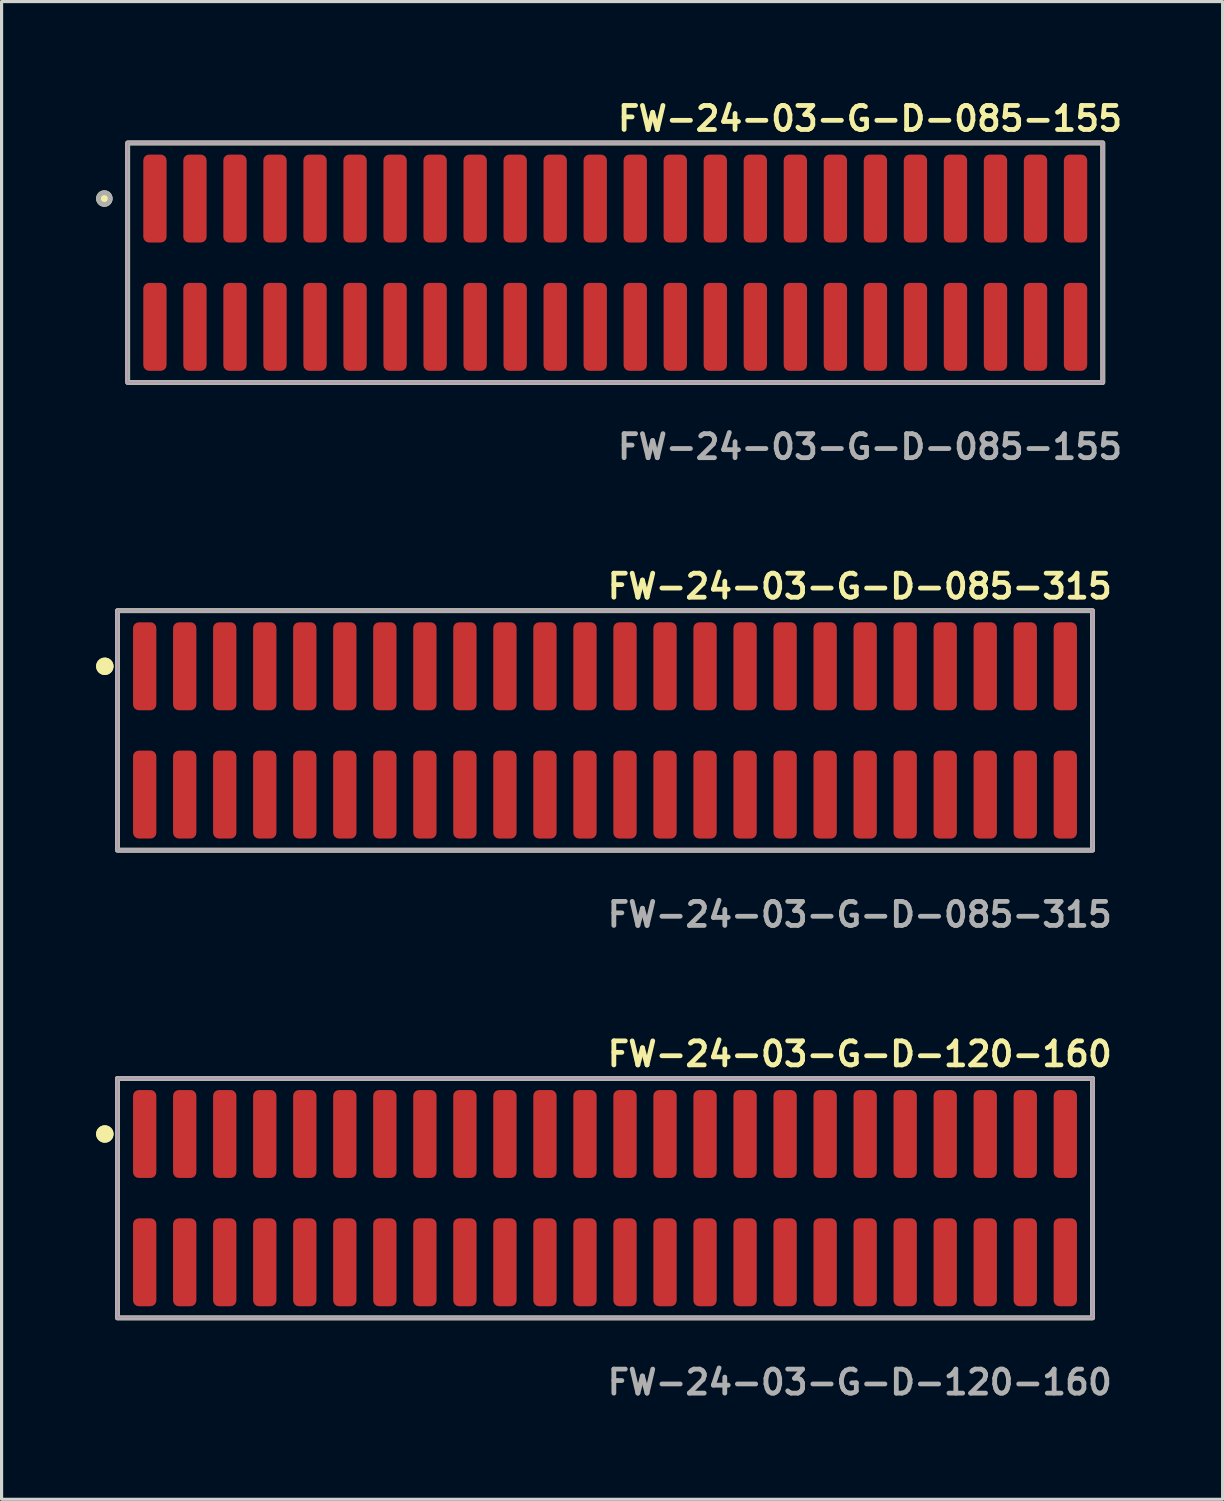
<source format=kicad_pcb>
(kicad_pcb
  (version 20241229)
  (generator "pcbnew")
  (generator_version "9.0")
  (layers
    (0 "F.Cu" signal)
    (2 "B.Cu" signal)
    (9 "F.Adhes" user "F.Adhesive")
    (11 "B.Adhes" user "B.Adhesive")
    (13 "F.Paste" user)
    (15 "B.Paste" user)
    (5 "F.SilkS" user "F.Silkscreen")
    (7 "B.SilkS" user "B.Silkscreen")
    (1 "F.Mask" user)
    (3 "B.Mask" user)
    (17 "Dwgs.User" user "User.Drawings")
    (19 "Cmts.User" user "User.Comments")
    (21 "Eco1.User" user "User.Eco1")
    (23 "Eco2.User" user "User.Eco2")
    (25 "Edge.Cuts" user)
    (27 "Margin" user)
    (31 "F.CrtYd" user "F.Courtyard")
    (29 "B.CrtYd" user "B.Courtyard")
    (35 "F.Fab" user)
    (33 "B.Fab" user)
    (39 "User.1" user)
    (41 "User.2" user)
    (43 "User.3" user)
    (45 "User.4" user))
  (footprint "FW-24-03-G-D-085-155"
    (layer "F.Cu")
    (at 16.471 5.285)
    (property "Reference" "FW-24-03-G-D-085-155" (at 0 -4.572 0) (unlocked yes) (layer "F.SilkS") (effects (font (size 0.762 0.762) (thickness 0.152)) (justify left)))
    (fp_rect (start -15.47 3.8) (end 15.47 -3.8) (stroke (width 0.152) (type solid)) (fill no) (layer "F.SilkS"))
    (fp_circle (center -16.21 -2.035) (end -16.395 -2.035) (stroke (width 0.152) (type solid)) (fill yes) (layer "F.SilkS"))
    (fp_rect (start -15.47 3.8) (end 15.47 -3.8) (stroke (width 0.006) (type solid)) (fill no) (layer "F.CrtYd"))
    (fp_rect (start -15.47 3.8) (end 15.47 -3.8) (stroke (width 0.152) (type solid)) (fill no) (layer "F.Fab"))
    (fp_circle (center -16.21 -2.035) (end -16.395 -2.035) (stroke (width 0.152) (type solid)) (fill no) (layer "F.Fab"))
    (fp_text user "${REFERENCE}" (at 0 5.842 0) (unlocked yes) (layer "F.Fab") (effects (font (size 0.762 0.762) (thickness 0.152)) (justify left)))
    (pad "1" smd roundrect (at -14.605 -2.035) (size 0.74 2.79) (layers "F.Cu" "F.Paste") (roundrect_rratio 0.25))
    (pad "2" smd roundrect (at -14.605 2.035) (size 0.74 2.79) (layers "F.Cu" "F.Paste") (roundrect_rratio 0.25))
    (pad "3" smd roundrect (at -13.335 -2.035) (size 0.74 2.79) (layers "F.Cu" "F.Paste") (roundrect_rratio 0.25))
    (pad "4" smd roundrect (at -13.335 2.035) (size 0.74 2.79) (layers "F.Cu" "F.Paste") (roundrect_rratio 0.25))
    (pad "5" smd roundrect (at -12.065 -2.035) (size 0.74 2.79) (layers "F.Cu" "F.Paste") (roundrect_rratio 0.25))
    (pad "6" smd roundrect (at -12.065 2.035) (size 0.74 2.79) (layers "F.Cu" "F.Paste") (roundrect_rratio 0.25))
    (pad "7" smd roundrect (at -10.795 -2.035) (size 0.74 2.79) (layers "F.Cu" "F.Paste") (roundrect_rratio 0.25))
    (pad "8" smd roundrect (at -10.795 2.035) (size 0.74 2.79) (layers "F.Cu" "F.Paste") (roundrect_rratio 0.25))
    (pad "9" smd roundrect (at -9.525 -2.035) (size 0.74 2.79) (layers "F.Cu" "F.Paste") (roundrect_rratio 0.25))
    (pad "10" smd roundrect (at -9.525 2.035) (size 0.74 2.79) (layers "F.Cu" "F.Paste") (roundrect_rratio 0.25))
    (pad "11" smd roundrect (at -8.255 -2.035) (size 0.74 2.79) (layers "F.Cu" "F.Paste") (roundrect_rratio 0.25))
    (pad "12" smd roundrect (at -8.255 2.035) (size 0.74 2.79) (layers "F.Cu" "F.Paste") (roundrect_rratio 0.25))
    (pad "13" smd roundrect (at -6.985 -2.035) (size 0.74 2.79) (layers "F.Cu" "F.Paste") (roundrect_rratio 0.25))
    (pad "14" smd roundrect (at -6.985 2.035) (size 0.74 2.79) (layers "F.Cu" "F.Paste") (roundrect_rratio 0.25))
    (pad "15" smd roundrect (at -5.715 -2.035) (size 0.74 2.79) (layers "F.Cu" "F.Paste") (roundrect_rratio 0.25))
    (pad "16" smd roundrect (at -5.715 2.035) (size 0.74 2.79) (layers "F.Cu" "F.Paste") (roundrect_rratio 0.25))
    (pad "17" smd roundrect (at -4.445 -2.035) (size 0.74 2.79) (layers "F.Cu" "F.Paste") (roundrect_rratio 0.25))
    (pad "18" smd roundrect (at -4.445 2.035) (size 0.74 2.79) (layers "F.Cu" "F.Paste") (roundrect_rratio 0.25))
    (pad "19" smd roundrect (at -3.175 -2.035) (size 0.74 2.79) (layers "F.Cu" "F.Paste") (roundrect_rratio 0.25))
    (pad "20" smd roundrect (at -3.175 2.035) (size 0.74 2.79) (layers "F.Cu" "F.Paste") (roundrect_rratio 0.25))
    (pad "21" smd roundrect (at -1.905 -2.035) (size 0.74 2.79) (layers "F.Cu" "F.Paste") (roundrect_rratio 0.25))
    (pad "22" smd roundrect (at -1.905 2.035) (size 0.74 2.79) (layers "F.Cu" "F.Paste") (roundrect_rratio 0.25))
    (pad "23" smd roundrect (at -0.635 -2.035) (size 0.74 2.79) (layers "F.Cu" "F.Paste") (roundrect_rratio 0.25))
    (pad "24" smd roundrect (at -0.635 2.035) (size 0.74 2.79) (layers "F.Cu" "F.Paste") (roundrect_rratio 0.25))
    (pad "25" smd roundrect (at 0.635 -2.035) (size 0.74 2.79) (layers "F.Cu" "F.Paste") (roundrect_rratio 0.25))
    (pad "26" smd roundrect (at 0.635 2.035) (size 0.74 2.79) (layers "F.Cu" "F.Paste") (roundrect_rratio 0.25))
    (pad "27" smd roundrect (at 1.905 -2.035) (size 0.74 2.79) (layers "F.Cu" "F.Paste") (roundrect_rratio 0.25))
    (pad "28" smd roundrect (at 1.905 2.035) (size 0.74 2.79) (layers "F.Cu" "F.Paste") (roundrect_rratio 0.25))
    (pad "29" smd roundrect (at 3.175 -2.035) (size 0.74 2.79) (layers "F.Cu" "F.Paste") (roundrect_rratio 0.25))
    (pad "30" smd roundrect (at 3.175 2.035) (size 0.74 2.79) (layers "F.Cu" "F.Paste") (roundrect_rratio 0.25))
    (pad "31" smd roundrect (at 4.445 -2.035) (size 0.74 2.79) (layers "F.Cu" "F.Paste") (roundrect_rratio 0.25))
    (pad "32" smd roundrect (at 4.445 2.035) (size 0.74 2.79) (layers "F.Cu" "F.Paste") (roundrect_rratio 0.25))
    (pad "33" smd roundrect (at 5.715 -2.035) (size 0.74 2.79) (layers "F.Cu" "F.Paste") (roundrect_rratio 0.25))
    (pad "34" smd roundrect (at 5.715 2.035) (size 0.74 2.79) (layers "F.Cu" "F.Paste") (roundrect_rratio 0.25))
    (pad "35" smd roundrect (at 6.985 -2.035) (size 0.74 2.79) (layers "F.Cu" "F.Paste") (roundrect_rratio 0.25))
    (pad "36" smd roundrect (at 6.985 2.035) (size 0.74 2.79) (layers "F.Cu" "F.Paste") (roundrect_rratio 0.25))
    (pad "37" smd roundrect (at 8.255 -2.035) (size 0.74 2.79) (layers "F.Cu" "F.Paste") (roundrect_rratio 0.25))
    (pad "38" smd roundrect (at 8.255 2.035) (size 0.74 2.79) (layers "F.Cu" "F.Paste") (roundrect_rratio 0.25))
    (pad "39" smd roundrect (at 9.525 -2.035) (size 0.74 2.79) (layers "F.Cu" "F.Paste") (roundrect_rratio 0.25))
    (pad "40" smd roundrect (at 9.525 2.035) (size 0.74 2.79) (layers "F.Cu" "F.Paste") (roundrect_rratio 0.25))
    (pad "41" smd roundrect (at 10.795 -2.035) (size 0.74 2.79) (layers "F.Cu" "F.Paste") (roundrect_rratio 0.25))
    (pad "42" smd roundrect (at 10.795 2.035) (size 0.74 2.79) (layers "F.Cu" "F.Paste") (roundrect_rratio 0.25))
    (pad "43" smd roundrect (at 12.065 -2.035) (size 0.74 2.79) (layers "F.Cu" "F.Paste") (roundrect_rratio 0.25))
    (pad "44" smd roundrect (at 12.065 2.035) (size 0.74 2.79) (layers "F.Cu" "F.Paste") (roundrect_rratio 0.25))
    (pad "45" smd roundrect (at 13.335 -2.035) (size 0.74 2.79) (layers "F.Cu" "F.Paste") (roundrect_rratio 0.25))
    (pad "46" smd roundrect (at 13.335 2.035) (size 0.74 2.79) (layers "F.Cu" "F.Paste") (roundrect_rratio 0.25))
    (pad "47" smd roundrect (at 14.605 -2.035) (size 0.74 2.79) (layers "F.Cu" "F.Paste") (roundrect_rratio 0.25))
    (pad "48" smd roundrect (at 14.605 2.035) (size 0.74 2.79) (layers "F.Cu" "F.Paste") (roundrect_rratio 0.25)))
  (footprint "FW-24-03-G-D-120-160"
    (layer "F.Cu")
    (at 16.146 34.966)
    (property "Reference" "FW-24-03-G-D-120-160" (at 0 -4.572 0) (unlocked yes) (layer "F.SilkS") (effects (font (size 0.762 0.762) (thickness 0.152)) (justify left)))
    (fp_rect (start -15.47 3.8) (end 15.47 -3.8) (stroke (width 0.152) (type solid)) (fill no) (layer "F.SilkS"))
    (fp_circle (center -15.87 -2.035) (end -16.07 -2.035) (stroke (width 0.152) (type solid)) (fill yes) (layer "F.SilkS"))
    (fp_circle (center -15.87 -2.035) (end -16.07 -2.035) (stroke (width 0.152) (type solid)) (fill yes) (layer "F.SilkS"))
    (fp_rect (start -15.47 3.8) (end 15.47 -3.8) (stroke (width 0.006) (type solid)) (fill no) (layer "F.CrtYd"))
    (fp_rect (start -15.47 3.8) (end 15.47 -3.8) (stroke (width 0.152) (type solid)) (fill no) (layer "F.Fab"))
    (fp_text user "${REFERENCE}" (at 0 5.842 0) (unlocked yes) (layer "F.Fab") (effects (font (size 0.762 0.762) (thickness 0.152)) (justify left)))
    (pad "1" smd roundrect (at -14.605 -2.035) (size 0.74 2.79) (layers "F.Cu" "F.Paste") (roundrect_rratio 0.25))
    (pad "2" smd roundrect (at -14.605 2.035) (size 0.74 2.79) (layers "F.Cu" "F.Paste") (roundrect_rratio 0.25))
    (pad "3" smd roundrect (at -13.335 -2.035) (size 0.74 2.79) (layers "F.Cu" "F.Paste") (roundrect_rratio 0.25))
    (pad "4" smd roundrect (at -13.335 2.035) (size 0.74 2.79) (layers "F.Cu" "F.Paste") (roundrect_rratio 0.25))
    (pad "5" smd roundrect (at -12.065 -2.035) (size 0.74 2.79) (layers "F.Cu" "F.Paste") (roundrect_rratio 0.25))
    (pad "6" smd roundrect (at -12.065 2.035) (size 0.74 2.79) (layers "F.Cu" "F.Paste") (roundrect_rratio 0.25))
    (pad "7" smd roundrect (at -10.795 -2.035) (size 0.74 2.79) (layers "F.Cu" "F.Paste") (roundrect_rratio 0.25))
    (pad "8" smd roundrect (at -10.795 2.035) (size 0.74 2.79) (layers "F.Cu" "F.Paste") (roundrect_rratio 0.25))
    (pad "9" smd roundrect (at -9.525 -2.035) (size 0.74 2.79) (layers "F.Cu" "F.Paste") (roundrect_rratio 0.25))
    (pad "10" smd roundrect (at -9.525 2.035) (size 0.74 2.79) (layers "F.Cu" "F.Paste") (roundrect_rratio 0.25))
    (pad "11" smd roundrect (at -8.255 -2.035) (size 0.74 2.79) (layers "F.Cu" "F.Paste") (roundrect_rratio 0.25))
    (pad "12" smd roundrect (at -8.255 2.035) (size 0.74 2.79) (layers "F.Cu" "F.Paste") (roundrect_rratio 0.25))
    (pad "13" smd roundrect (at -6.985 -2.035) (size 0.74 2.79) (layers "F.Cu" "F.Paste") (roundrect_rratio 0.25))
    (pad "14" smd roundrect (at -6.985 2.035) (size 0.74 2.79) (layers "F.Cu" "F.Paste") (roundrect_rratio 0.25))
    (pad "15" smd roundrect (at -5.715 -2.035) (size 0.74 2.79) (layers "F.Cu" "F.Paste") (roundrect_rratio 0.25))
    (pad "16" smd roundrect (at -5.715 2.035) (size 0.74 2.79) (layers "F.Cu" "F.Paste") (roundrect_rratio 0.25))
    (pad "17" smd roundrect (at -4.445 -2.035) (size 0.74 2.79) (layers "F.Cu" "F.Paste") (roundrect_rratio 0.25))
    (pad "18" smd roundrect (at -4.445 2.035) (size 0.74 2.79) (layers "F.Cu" "F.Paste") (roundrect_rratio 0.25))
    (pad "19" smd roundrect (at -3.175 -2.035) (size 0.74 2.79) (layers "F.Cu" "F.Paste") (roundrect_rratio 0.25))
    (pad "20" smd roundrect (at -3.175 2.035) (size 0.74 2.79) (layers "F.Cu" "F.Paste") (roundrect_rratio 0.25))
    (pad "21" smd roundrect (at -1.905 -2.035) (size 0.74 2.79) (layers "F.Cu" "F.Paste") (roundrect_rratio 0.25))
    (pad "22" smd roundrect (at -1.905 2.035) (size 0.74 2.79) (layers "F.Cu" "F.Paste") (roundrect_rratio 0.25))
    (pad "23" smd roundrect (at -0.635 -2.035) (size 0.74 2.79) (layers "F.Cu" "F.Paste") (roundrect_rratio 0.25))
    (pad "24" smd roundrect (at -0.635 2.035) (size 0.74 2.79) (layers "F.Cu" "F.Paste") (roundrect_rratio 0.25))
    (pad "25" smd roundrect (at 0.635 -2.035) (size 0.74 2.79) (layers "F.Cu" "F.Paste") (roundrect_rratio 0.25))
    (pad "26" smd roundrect (at 0.635 2.035) (size 0.74 2.79) (layers "F.Cu" "F.Paste") (roundrect_rratio 0.25))
    (pad "27" smd roundrect (at 1.905 -2.035) (size 0.74 2.79) (layers "F.Cu" "F.Paste") (roundrect_rratio 0.25))
    (pad "28" smd roundrect (at 1.905 2.035) (size 0.74 2.79) (layers "F.Cu" "F.Paste") (roundrect_rratio 0.25))
    (pad "29" smd roundrect (at 3.175 -2.035) (size 0.74 2.79) (layers "F.Cu" "F.Paste") (roundrect_rratio 0.25))
    (pad "30" smd roundrect (at 3.175 2.035) (size 0.74 2.79) (layers "F.Cu" "F.Paste") (roundrect_rratio 0.25))
    (pad "31" smd roundrect (at 4.445 -2.035) (size 0.74 2.79) (layers "F.Cu" "F.Paste") (roundrect_rratio 0.25))
    (pad "32" smd roundrect (at 4.445 2.035) (size 0.74 2.79) (layers "F.Cu" "F.Paste") (roundrect_rratio 0.25))
    (pad "33" smd roundrect (at 5.715 -2.035) (size 0.74 2.79) (layers "F.Cu" "F.Paste") (roundrect_rratio 0.25))
    (pad "34" smd roundrect (at 5.715 2.035) (size 0.74 2.79) (layers "F.Cu" "F.Paste") (roundrect_rratio 0.25))
    (pad "35" smd roundrect (at 6.985 -2.035) (size 0.74 2.79) (layers "F.Cu" "F.Paste") (roundrect_rratio 0.25))
    (pad "36" smd roundrect (at 6.985 2.035) (size 0.74 2.79) (layers "F.Cu" "F.Paste") (roundrect_rratio 0.25))
    (pad "37" smd roundrect (at 8.255 -2.035) (size 0.74 2.79) (layers "F.Cu" "F.Paste") (roundrect_rratio 0.25))
    (pad "38" smd roundrect (at 8.255 2.035) (size 0.74 2.79) (layers "F.Cu" "F.Paste") (roundrect_rratio 0.25))
    (pad "39" smd roundrect (at 9.525 -2.035) (size 0.74 2.79) (layers "F.Cu" "F.Paste") (roundrect_rratio 0.25))
    (pad "40" smd roundrect (at 9.525 2.035) (size 0.74 2.79) (layers "F.Cu" "F.Paste") (roundrect_rratio 0.25))
    (pad "41" smd roundrect (at 10.795 -2.035) (size 0.74 2.79) (layers "F.Cu" "F.Paste") (roundrect_rratio 0.25))
    (pad "42" smd roundrect (at 10.795 2.035) (size 0.74 2.79) (layers "F.Cu" "F.Paste") (roundrect_rratio 0.25))
    (pad "43" smd roundrect (at 12.065 -2.035) (size 0.74 2.79) (layers "F.Cu" "F.Paste") (roundrect_rratio 0.25))
    (pad "44" smd roundrect (at 12.065 2.035) (size 0.74 2.79) (layers "F.Cu" "F.Paste") (roundrect_rratio 0.25))
    (pad "45" smd roundrect (at 13.335 -2.035) (size 0.74 2.79) (layers "F.Cu" "F.Paste") (roundrect_rratio 0.25))
    (pad "46" smd roundrect (at 13.335 2.035) (size 0.74 2.79) (layers "F.Cu" "F.Paste") (roundrect_rratio 0.25))
    (pad "47" smd roundrect (at 14.605 -2.035) (size 0.74 2.79) (layers "F.Cu" "F.Paste") (roundrect_rratio 0.25))
    (pad "48" smd roundrect (at 14.605 2.035) (size 0.74 2.79) (layers "F.Cu" "F.Paste") (roundrect_rratio 0.25)))
  (footprint "FW-24-03-G-D-085-315"
    (layer "F.Cu")
    (at 16.146 20.126)
    (property "Reference" "FW-24-03-G-D-085-315" (at 0 -4.572 0) (unlocked yes) (layer "F.SilkS") (effects (font (size 0.762 0.762) (thickness 0.152)) (justify left)))
    (fp_rect (start -15.47 3.8) (end 15.47 -3.8) (stroke (width 0.152) (type solid)) (fill no) (layer "F.SilkS"))
    (fp_circle (center -15.87 -2.035) (end -16.07 -2.035) (stroke (width 0.152) (type solid)) (fill yes) (layer "F.SilkS"))
    (fp_circle (center -15.87 -2.035) (end -16.07 -2.035) (stroke (width 0.152) (type solid)) (fill yes) (layer "F.SilkS"))
    (fp_rect (start -15.47 3.8) (end 15.47 -3.8) (stroke (width 0.006) (type solid)) (fill no) (layer "F.CrtYd"))
    (fp_rect (start -15.47 3.8) (end 15.47 -3.8) (stroke (width 0.152) (type solid)) (fill no) (layer "F.Fab"))
    (fp_text user "${REFERENCE}" (at 0 5.842 0) (unlocked yes) (layer "F.Fab") (effects (font (size 0.762 0.762) (thickness 0.152)) (justify left)))
    (pad "1" smd roundrect (at -14.605 -2.035) (size 0.74 2.79) (layers "F.Cu" "F.Paste") (roundrect_rratio 0.25))
    (pad "2" smd roundrect (at -14.605 2.035) (size 0.74 2.79) (layers "F.Cu" "F.Paste") (roundrect_rratio 0.25))
    (pad "3" smd roundrect (at -13.335 -2.035) (size 0.74 2.79) (layers "F.Cu" "F.Paste") (roundrect_rratio 0.25))
    (pad "4" smd roundrect (at -13.335 2.035) (size 0.74 2.79) (layers "F.Cu" "F.Paste") (roundrect_rratio 0.25))
    (pad "5" smd roundrect (at -12.065 -2.035) (size 0.74 2.79) (layers "F.Cu" "F.Paste") (roundrect_rratio 0.25))
    (pad "6" smd roundrect (at -12.065 2.035) (size 0.74 2.79) (layers "F.Cu" "F.Paste") (roundrect_rratio 0.25))
    (pad "7" smd roundrect (at -10.795 -2.035) (size 0.74 2.79) (layers "F.Cu" "F.Paste") (roundrect_rratio 0.25))
    (pad "8" smd roundrect (at -10.795 2.035) (size 0.74 2.79) (layers "F.Cu" "F.Paste") (roundrect_rratio 0.25))
    (pad "9" smd roundrect (at -9.525 -2.035) (size 0.74 2.79) (layers "F.Cu" "F.Paste") (roundrect_rratio 0.25))
    (pad "10" smd roundrect (at -9.525 2.035) (size 0.74 2.79) (layers "F.Cu" "F.Paste") (roundrect_rratio 0.25))
    (pad "11" smd roundrect (at -8.255 -2.035) (size 0.74 2.79) (layers "F.Cu" "F.Paste") (roundrect_rratio 0.25))
    (pad "12" smd roundrect (at -8.255 2.035) (size 0.74 2.79) (layers "F.Cu" "F.Paste") (roundrect_rratio 0.25))
    (pad "13" smd roundrect (at -6.985 -2.035) (size 0.74 2.79) (layers "F.Cu" "F.Paste") (roundrect_rratio 0.25))
    (pad "14" smd roundrect (at -6.985 2.035) (size 0.74 2.79) (layers "F.Cu" "F.Paste") (roundrect_rratio 0.25))
    (pad "15" smd roundrect (at -5.715 -2.035) (size 0.74 2.79) (layers "F.Cu" "F.Paste") (roundrect_rratio 0.25))
    (pad "16" smd roundrect (at -5.715 2.035) (size 0.74 2.79) (layers "F.Cu" "F.Paste") (roundrect_rratio 0.25))
    (pad "17" smd roundrect (at -4.445 -2.035) (size 0.74 2.79) (layers "F.Cu" "F.Paste") (roundrect_rratio 0.25))
    (pad "18" smd roundrect (at -4.445 2.035) (size 0.74 2.79) (layers "F.Cu" "F.Paste") (roundrect_rratio 0.25))
    (pad "19" smd roundrect (at -3.175 -2.035) (size 0.74 2.79) (layers "F.Cu" "F.Paste") (roundrect_rratio 0.25))
    (pad "20" smd roundrect (at -3.175 2.035) (size 0.74 2.79) (layers "F.Cu" "F.Paste") (roundrect_rratio 0.25))
    (pad "21" smd roundrect (at -1.905 -2.035) (size 0.74 2.79) (layers "F.Cu" "F.Paste") (roundrect_rratio 0.25))
    (pad "22" smd roundrect (at -1.905 2.035) (size 0.74 2.79) (layers "F.Cu" "F.Paste") (roundrect_rratio 0.25))
    (pad "23" smd roundrect (at -0.635 -2.035) (size 0.74 2.79) (layers "F.Cu" "F.Paste") (roundrect_rratio 0.25))
    (pad "24" smd roundrect (at -0.635 2.035) (size 0.74 2.79) (layers "F.Cu" "F.Paste") (roundrect_rratio 0.25))
    (pad "25" smd roundrect (at 0.635 -2.035) (size 0.74 2.79) (layers "F.Cu" "F.Paste") (roundrect_rratio 0.25))
    (pad "26" smd roundrect (at 0.635 2.035) (size 0.74 2.79) (layers "F.Cu" "F.Paste") (roundrect_rratio 0.25))
    (pad "27" smd roundrect (at 1.905 -2.035) (size 0.74 2.79) (layers "F.Cu" "F.Paste") (roundrect_rratio 0.25))
    (pad "28" smd roundrect (at 1.905 2.035) (size 0.74 2.79) (layers "F.Cu" "F.Paste") (roundrect_rratio 0.25))
    (pad "29" smd roundrect (at 3.175 -2.035) (size 0.74 2.79) (layers "F.Cu" "F.Paste") (roundrect_rratio 0.25))
    (pad "30" smd roundrect (at 3.175 2.035) (size 0.74 2.79) (layers "F.Cu" "F.Paste") (roundrect_rratio 0.25))
    (pad "31" smd roundrect (at 4.445 -2.035) (size 0.74 2.79) (layers "F.Cu" "F.Paste") (roundrect_rratio 0.25))
    (pad "32" smd roundrect (at 4.445 2.035) (size 0.74 2.79) (layers "F.Cu" "F.Paste") (roundrect_rratio 0.25))
    (pad "33" smd roundrect (at 5.715 -2.035) (size 0.74 2.79) (layers "F.Cu" "F.Paste") (roundrect_rratio 0.25))
    (pad "34" smd roundrect (at 5.715 2.035) (size 0.74 2.79) (layers "F.Cu" "F.Paste") (roundrect_rratio 0.25))
    (pad "35" smd roundrect (at 6.985 -2.035) (size 0.74 2.79) (layers "F.Cu" "F.Paste") (roundrect_rratio 0.25))
    (pad "36" smd roundrect (at 6.985 2.035) (size 0.74 2.79) (layers "F.Cu" "F.Paste") (roundrect_rratio 0.25))
    (pad "37" smd roundrect (at 8.255 -2.035) (size 0.74 2.79) (layers "F.Cu" "F.Paste") (roundrect_rratio 0.25))
    (pad "38" smd roundrect (at 8.255 2.035) (size 0.74 2.79) (layers "F.Cu" "F.Paste") (roundrect_rratio 0.25))
    (pad "39" smd roundrect (at 9.525 -2.035) (size 0.74 2.79) (layers "F.Cu" "F.Paste") (roundrect_rratio 0.25))
    (pad "40" smd roundrect (at 9.525 2.035) (size 0.74 2.79) (layers "F.Cu" "F.Paste") (roundrect_rratio 0.25))
    (pad "41" smd roundrect (at 10.795 -2.035) (size 0.74 2.79) (layers "F.Cu" "F.Paste") (roundrect_rratio 0.25))
    (pad "42" smd roundrect (at 10.795 2.035) (size 0.74 2.79) (layers "F.Cu" "F.Paste") (roundrect_rratio 0.25))
    (pad "43" smd roundrect (at 12.065 -2.035) (size 0.74 2.79) (layers "F.Cu" "F.Paste") (roundrect_rratio 0.25))
    (pad "44" smd roundrect (at 12.065 2.035) (size 0.74 2.79) (layers "F.Cu" "F.Paste") (roundrect_rratio 0.25))
    (pad "45" smd roundrect (at 13.335 -2.035) (size 0.74 2.79) (layers "F.Cu" "F.Paste") (roundrect_rratio 0.25))
    (pad "46" smd roundrect (at 13.335 2.035) (size 0.74 2.79) (layers "F.Cu" "F.Paste") (roundrect_rratio 0.25))
    (pad "47" smd roundrect (at 14.605 -2.035) (size 0.74 2.79) (layers "F.Cu" "F.Paste") (roundrect_rratio 0.25))
    (pad "48" smd roundrect (at 14.605 2.035) (size 0.74 2.79) (layers "F.Cu" "F.Paste") (roundrect_rratio 0.25)))
  (gr_rect
    (start -3 -3)
    (end 35.742 44.521)
    (stroke (width 0.1) (type default))
    (fill no)
    (layer "Edge.Cuts")))
</source>
